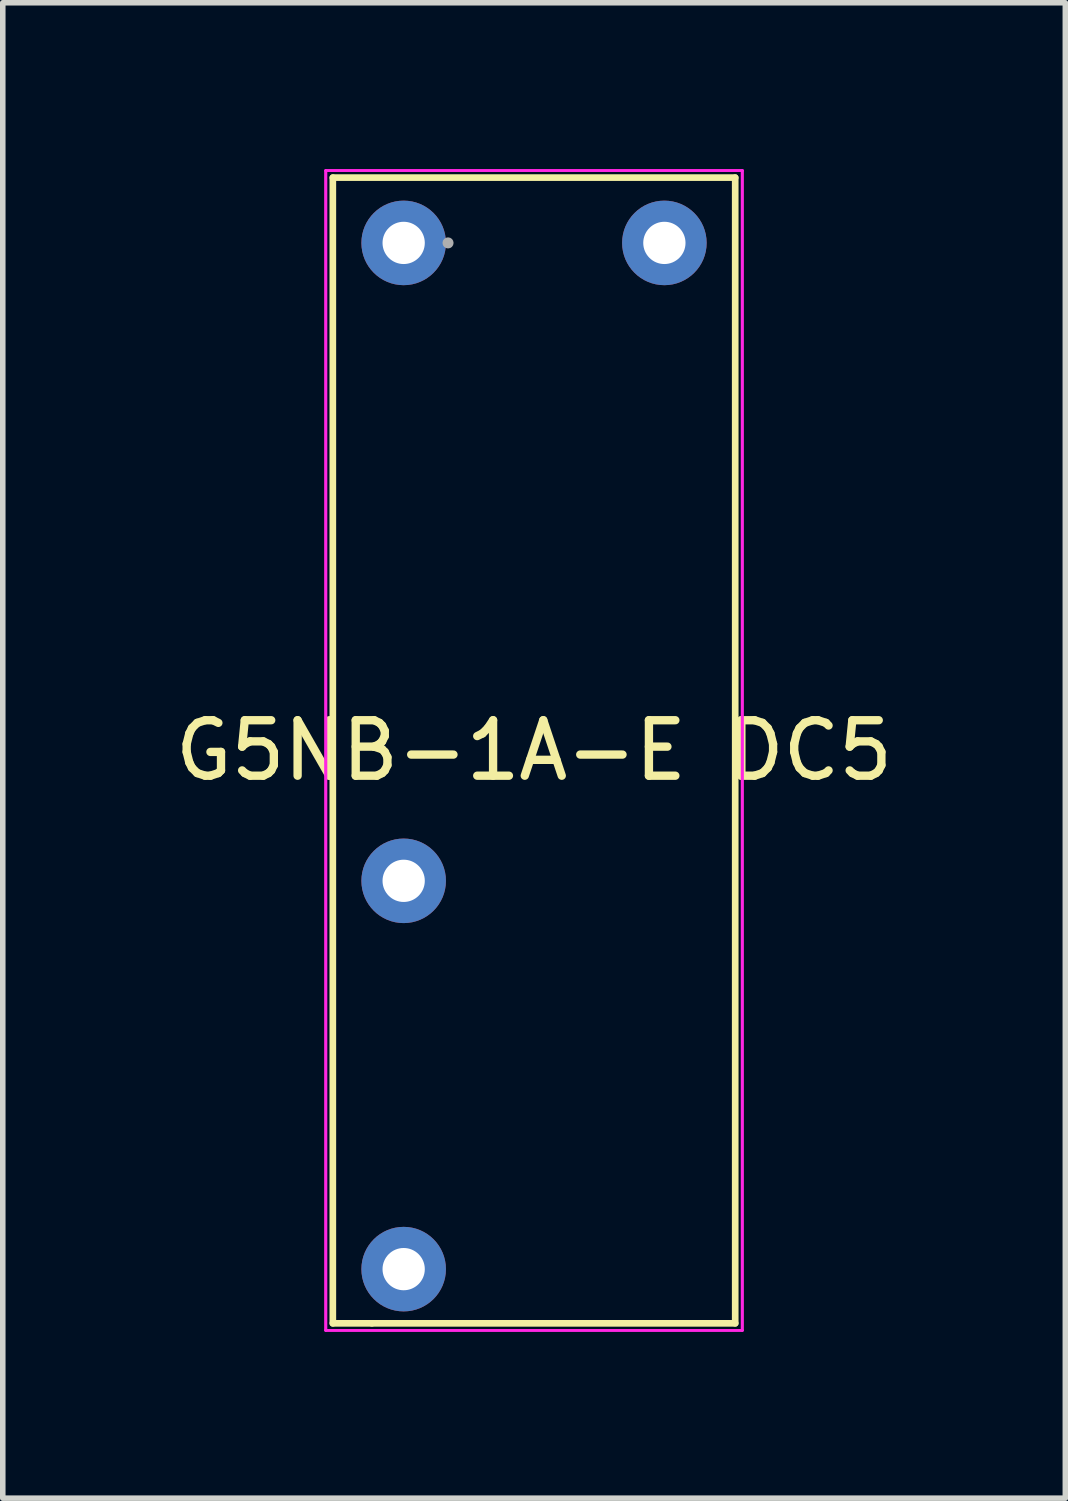
<source format=kicad_pcb>
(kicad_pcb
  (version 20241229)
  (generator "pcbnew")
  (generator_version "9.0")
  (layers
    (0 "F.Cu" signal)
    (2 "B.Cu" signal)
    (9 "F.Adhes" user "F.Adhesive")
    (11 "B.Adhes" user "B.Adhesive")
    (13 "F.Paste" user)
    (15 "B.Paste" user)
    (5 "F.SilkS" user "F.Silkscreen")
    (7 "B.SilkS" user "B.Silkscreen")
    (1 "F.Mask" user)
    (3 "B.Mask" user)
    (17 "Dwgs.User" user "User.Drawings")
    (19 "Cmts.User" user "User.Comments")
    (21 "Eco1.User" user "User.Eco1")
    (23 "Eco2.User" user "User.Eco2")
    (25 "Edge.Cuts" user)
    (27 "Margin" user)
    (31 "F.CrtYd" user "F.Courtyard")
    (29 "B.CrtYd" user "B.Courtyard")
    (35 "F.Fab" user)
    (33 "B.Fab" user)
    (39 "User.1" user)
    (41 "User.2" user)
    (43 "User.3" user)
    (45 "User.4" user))
  (footprint "G5NB-1A-E DC5"
    (layer "F.Cu")
    (at 8.927 19.629)
    (property "Reference" "G5NB-1A-E DC5" (at -2.35 -9.15 0) (layer "F.SilkS") (effects (font (size 1 1) (thickness 0.15))))
    (attr through_hole)
    (fp_line (start -5.977 -19.477) (end -5.977 1.177) (stroke (width 0.12) (type solid)) (layer "F.SilkS"))
    (fp_line (start -5.977 1.177) (end -5.273 1.177) (stroke (width 0.12) (type solid)) (layer "F.SilkS"))
    (fp_line (start -5.273 1.177) (end 1.277 1.177) (stroke (width 0.12) (type solid)) (layer "F.SilkS"))
    (fp_line (start 1.277 -19.477) (end -5.977 -19.477) (stroke (width 0.12) (type solid)) (layer "F.SilkS"))
    (fp_line (start 1.277 1.177) (end 1.277 -19.477) (stroke (width 0.12) (type solid)) (layer "F.SilkS"))
    (fp_line (start -6.104 -19.604) (end 1.404 -19.604) (stroke (width 0.05) (type solid)) (layer "F.CrtYd"))
    (fp_line (start -6.104 -19.604) (end 1.404 -19.604) (stroke (width 0.05) (type solid)) (layer "F.CrtYd"))
    (fp_line (start -6.104 1.304) (end -6.104 -19.604) (stroke (width 0.05) (type solid)) (layer "F.CrtYd"))
    (fp_line (start -6.104 1.304) (end -6.104 -19.604) (stroke (width 0.05) (type solid)) (layer "F.CrtYd"))
    (fp_line (start 1.404 -19.604) (end 1.404 1.304) (stroke (width 0.05) (type solid)) (layer "F.CrtYd"))
    (fp_line (start 1.404 -19.604) (end 1.404 1.304) (stroke (width 0.05) (type solid)) (layer "F.CrtYd"))
    (fp_line (start 1.404 1.304) (end -6.104 1.304) (stroke (width 0.05) (type solid)) (layer "F.CrtYd"))
    (fp_line (start 1.404 1.304) (end -6.104 1.304) (stroke (width 0.05) (type solid)) (layer "F.CrtYd"))
    (fp_circle (center -3.9 -18.3) (end -3.9 -18.3) (stroke (width 0.1) (type solid)) (fill no) (layer "F.Fab"))
    (pad "1" thru_hole circle (at 0 -18.3) (size 1.524 1.524) (drill 0.762) (layers "*.Cu" "*.Mask"))
    (pad "2" thru_hole circle (at -4.7 -6.8) (size 1.524 1.524) (drill 0.762) (layers "*.Cu" "*.Mask"))
    (pad "3" thru_hole circle (at -4.7 0.2) (size 1.524 1.524) (drill 0.762) (layers "*.Cu" "*.Mask"))
    (pad "4" thru_hole circle (at -4.7 -18.3) (size 1.524 1.524) (drill 0.762) (layers "*.Cu" "*.Mask")))
  (gr_rect
    (start -3 -3)
    (end 16.155 23.958)
    (stroke (width 0.1) (type default))
    (fill no)
    (layer "Edge.Cuts")))
</source>
